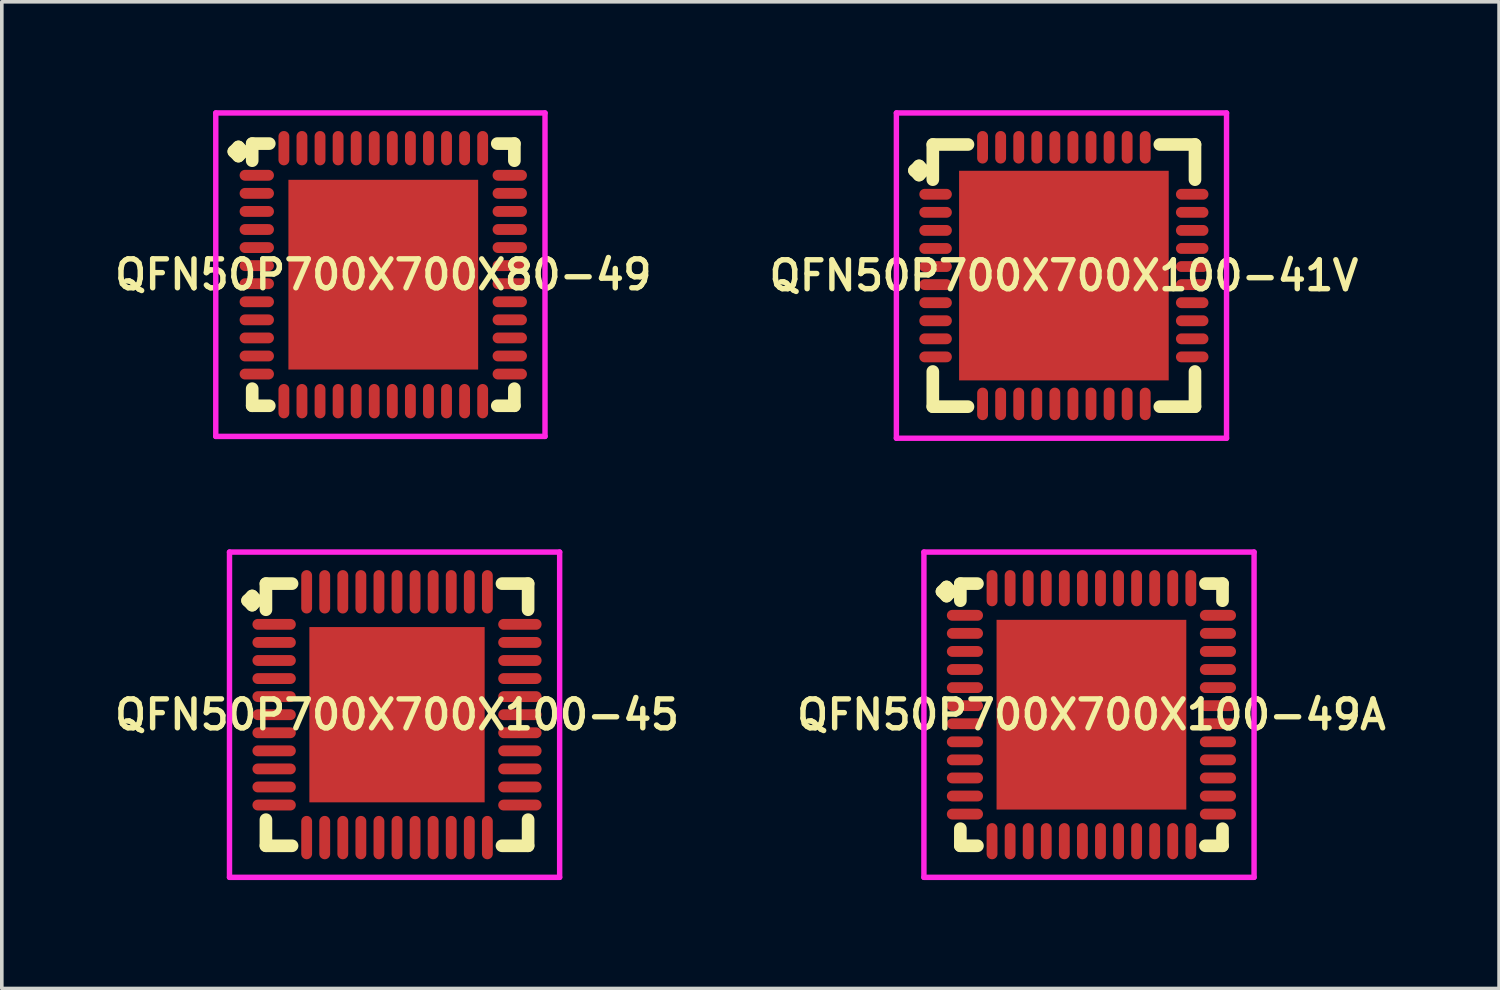
<source format=kicad_pcb>
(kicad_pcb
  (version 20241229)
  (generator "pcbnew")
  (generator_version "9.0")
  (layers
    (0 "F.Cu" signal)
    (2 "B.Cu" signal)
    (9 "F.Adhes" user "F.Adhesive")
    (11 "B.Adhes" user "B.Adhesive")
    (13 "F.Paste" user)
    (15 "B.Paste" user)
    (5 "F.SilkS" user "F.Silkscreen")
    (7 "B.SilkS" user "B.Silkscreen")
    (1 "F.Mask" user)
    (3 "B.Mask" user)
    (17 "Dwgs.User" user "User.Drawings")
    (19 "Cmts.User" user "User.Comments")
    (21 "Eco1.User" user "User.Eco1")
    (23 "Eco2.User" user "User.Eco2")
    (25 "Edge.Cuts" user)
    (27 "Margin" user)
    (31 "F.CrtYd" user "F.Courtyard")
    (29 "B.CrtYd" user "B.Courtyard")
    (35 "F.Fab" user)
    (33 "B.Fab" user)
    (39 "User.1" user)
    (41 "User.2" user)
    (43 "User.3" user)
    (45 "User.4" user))
  (footprint "QFN50P700X700X100-41V"
    (layer "F.Cu")
    (at 26.387 4.575)
    (property "Reference" "QFN50P700X700X100-41V" (at 0 0 0) (layer "F.SilkS") (effects (font (size 0.8 0.8) (thickness 0.15))))
    (attr smd)
    (fp_line (start -4.135 -2.908) (end -4.008 -3.035) (stroke (width 0.35) (type solid)) (layer "F.SilkS"))
    (fp_line (start -4.008 -3.035) (end -3.881 -2.908) (stroke (width 0.35) (type solid)) (layer "F.SilkS"))
    (fp_line (start -4.008 -2.781) (end -4.135 -2.908) (stroke (width 0.35) (type solid)) (layer "F.SilkS"))
    (fp_line (start -3.881 -2.908) (end -4.008 -2.781) (stroke (width 0.35) (type solid)) (layer "F.SilkS"))
    (fp_line (start -3.627 -3.627) (end -2.654 -3.627) (stroke (width 0.35) (type solid)) (layer "F.SilkS"))
    (fp_line (start -3.627 -2.654) (end -3.627 -3.627) (stroke (width 0.35) (type solid)) (layer "F.SilkS"))
    (fp_line (start -3.627 2.654) (end -3.627 3.627) (stroke (width 0.35) (type solid)) (layer "F.SilkS"))
    (fp_line (start -3.627 3.627) (end -2.654 3.627) (stroke (width 0.35) (type solid)) (layer "F.SilkS"))
    (fp_line (start 2.654 -3.627) (end 3.627 -3.627) (stroke (width 0.35) (type solid)) (layer "F.SilkS"))
    (fp_line (start 2.654 3.627) (end 3.627 3.627) (stroke (width 0.35) (type solid)) (layer "F.SilkS"))
    (fp_line (start 3.627 -3.627) (end 3.627 -2.654) (stroke (width 0.35) (type solid)) (layer "F.SilkS"))
    (fp_line (start 3.627 3.627) (end 3.627 2.654) (stroke (width 0.35) (type solid)) (layer "F.SilkS"))
    (fp_line (start -4.635 -4.5) (end 4.5 -4.5) (stroke (width 0.15) (type solid)) (layer "F.CrtYd"))
    (fp_line (start -4.635 4.5) (end -4.635 -4.5) (stroke (width 0.15) (type solid)) (layer "F.CrtYd"))
    (fp_line (start 4.5 -4.5) (end 4.5 4.5) (stroke (width 0.15) (type solid)) (layer "F.CrtYd"))
    (fp_line (start 4.5 4.5) (end -4.635 4.5) (stroke (width 0.15) (type solid)) (layer "F.CrtYd"))
    (pad "1" smd oval (at -3.55 -2.25) (size 0.9 0.3) (layers "F.Cu" "F.Mask" "F.Paste"))
    (pad "2" smd oval (at -3.55 -1.75) (size 0.9 0.3) (layers "F.Cu" "F.Mask" "F.Paste"))
    (pad "3" smd oval (at -3.55 -1.25) (size 0.9 0.3) (layers "F.Cu" "F.Mask" "F.Paste"))
    (pad "4" smd oval (at -3.55 -0.75) (size 0.9 0.3) (layers "F.Cu" "F.Mask" "F.Paste"))
    (pad "5" smd oval (at -3.55 -0.25) (size 0.9 0.3) (layers "F.Cu" "F.Mask" "F.Paste"))
    (pad "6" smd oval (at -3.55 0.25) (size 0.9 0.3) (layers "F.Cu" "F.Mask" "F.Paste"))
    (pad "7" smd oval (at -3.55 0.75) (size 0.9 0.3) (layers "F.Cu" "F.Mask" "F.Paste"))
    (pad "8" smd oval (at -3.55 1.25) (size 0.9 0.3) (layers "F.Cu" "F.Mask" "F.Paste"))
    (pad "9" smd oval (at -3.55 1.75) (size 0.9 0.3) (layers "F.Cu" "F.Mask" "F.Paste"))
    (pad "10" smd oval (at -3.55 2.25) (size 0.9 0.3) (layers "F.Cu" "F.Mask" "F.Paste"))
    (pad "11" smd oval (at -2.25 3.55) (size 0.3 0.9) (layers "F.Cu" "F.Mask" "F.Paste"))
    (pad "12" smd oval (at -1.75 3.55) (size 0.3 0.9) (layers "F.Cu" "F.Mask" "F.Paste"))
    (pad "13" smd oval (at -1.25 3.55) (size 0.3 0.9) (layers "F.Cu" "F.Mask" "F.Paste"))
    (pad "14" smd oval (at -0.75 3.55) (size 0.3 0.9) (layers "F.Cu" "F.Mask" "F.Paste"))
    (pad "15" smd oval (at -0.25 3.55) (size 0.3 0.9) (layers "F.Cu" "F.Mask" "F.Paste"))
    (pad "16" smd oval (at 0.25 3.55) (size 0.3 0.9) (layers "F.Cu" "F.Mask" "F.Paste"))
    (pad "17" smd oval (at 0.75 3.55) (size 0.3 0.9) (layers "F.Cu" "F.Mask" "F.Paste"))
    (pad "18" smd oval (at 1.25 3.55) (size 0.3 0.9) (layers "F.Cu" "F.Mask" "F.Paste"))
    (pad "19" smd oval (at 1.75 3.55) (size 0.3 0.9) (layers "F.Cu" "F.Mask" "F.Paste"))
    (pad "20" smd oval (at 2.25 3.55) (size 0.3 0.9) (layers "F.Cu" "F.Mask" "F.Paste"))
    (pad "21" smd oval (at 3.55 2.25) (size 0.9 0.3) (layers "F.Cu" "F.Mask" "F.Paste"))
    (pad "22" smd oval (at 3.55 1.75) (size 0.9 0.3) (layers "F.Cu" "F.Mask" "F.Paste"))
    (pad "23" smd oval (at 3.55 1.25) (size 0.9 0.3) (layers "F.Cu" "F.Mask" "F.Paste"))
    (pad "24" smd oval (at 3.55 0.75) (size 0.9 0.3) (layers "F.Cu" "F.Mask" "F.Paste"))
    (pad "25" smd oval (at 3.55 0.25) (size 0.9 0.3) (layers "F.Cu" "F.Mask" "F.Paste"))
    (pad "26" smd oval (at 3.55 -0.25) (size 0.9 0.3) (layers "F.Cu" "F.Mask" "F.Paste"))
    (pad "27" smd oval (at 3.55 -0.75) (size 0.9 0.3) (layers "F.Cu" "F.Mask" "F.Paste"))
    (pad "28" smd oval (at 3.55 -1.25) (size 0.9 0.3) (layers "F.Cu" "F.Mask" "F.Paste"))
    (pad "29" smd oval (at 3.55 -1.75) (size 0.9 0.3) (layers "F.Cu" "F.Mask" "F.Paste"))
    (pad "30" smd oval (at 3.55 -2.25) (size 0.9 0.3) (layers "F.Cu" "F.Mask" "F.Paste"))
    (pad "31" smd oval (at 2.25 -3.55) (size 0.3 0.9) (layers "F.Cu" "F.Mask" "F.Paste"))
    (pad "32" smd oval (at 1.75 -3.55) (size 0.3 0.9) (layers "F.Cu" "F.Mask" "F.Paste"))
    (pad "33" smd oval (at 1.25 -3.55) (size 0.3 0.9) (layers "F.Cu" "F.Mask" "F.Paste"))
    (pad "34" smd oval (at 0.75 -3.55) (size 0.3 0.9) (layers "F.Cu" "F.Mask" "F.Paste"))
    (pad "35" smd oval (at 0.25 -3.55) (size 0.3 0.9) (layers "F.Cu" "F.Mask" "F.Paste"))
    (pad "36" smd oval (at -0.25 -3.55) (size 0.3 0.9) (layers "F.Cu" "F.Mask" "F.Paste"))
    (pad "37" smd oval (at -0.75 -3.55) (size 0.3 0.9) (layers "F.Cu" "F.Mask" "F.Paste"))
    (pad "38" smd oval (at -1.25 -3.55) (size 0.3 0.9) (layers "F.Cu" "F.Mask" "F.Paste"))
    (pad "39" smd oval (at -1.75 -3.55) (size 0.3 0.9) (layers "F.Cu" "F.Mask" "F.Paste"))
    (pad "40" smd oval (at -2.25 -3.55) (size 0.3 0.9) (layers "F.Cu" "F.Mask" "F.Paste"))
    (pad "41" smd rect (at 0 0) (size 5.8 5.8) (layers "F.Cu" "F.Mask" "F.Paste")))
  (footprint "QFN50P700X700X100-49A"
    (layer "F.Cu")
    (at 27.149 16.725)
    (property "Reference" "QFN50P700X700X100-49A" (at 0 0 0) (layer "F.SilkS") (effects (font (size 0.8 0.8) (thickness 0.15))))
    (attr smd)
    (fp_line (start -4.135 -3.408) (end -4.008 -3.535) (stroke (width 0.35) (type solid)) (layer "F.SilkS"))
    (fp_line (start -4.008 -3.535) (end -3.881 -3.408) (stroke (width 0.35) (type solid)) (layer "F.SilkS"))
    (fp_line (start -4.008 -3.281) (end -4.135 -3.408) (stroke (width 0.35) (type solid)) (layer "F.SilkS"))
    (fp_line (start -3.881 -3.408) (end -4.008 -3.281) (stroke (width 0.35) (type solid)) (layer "F.SilkS"))
    (fp_line (start -3.627 -3.627) (end -3.154 -3.627) (stroke (width 0.35) (type solid)) (layer "F.SilkS"))
    (fp_line (start -3.627 -3.154) (end -3.627 -3.627) (stroke (width 0.35) (type solid)) (layer "F.SilkS"))
    (fp_line (start -3.627 3.154) (end -3.627 3.627) (stroke (width 0.35) (type solid)) (layer "F.SilkS"))
    (fp_line (start -3.627 3.627) (end -3.154 3.627) (stroke (width 0.35) (type solid)) (layer "F.SilkS"))
    (fp_line (start 3.154 -3.627) (end 3.627 -3.627) (stroke (width 0.35) (type solid)) (layer "F.SilkS"))
    (fp_line (start 3.154 3.627) (end 3.627 3.627) (stroke (width 0.35) (type solid)) (layer "F.SilkS"))
    (fp_line (start 3.627 -3.627) (end 3.627 -3.154) (stroke (width 0.35) (type solid)) (layer "F.SilkS"))
    (fp_line (start 3.627 3.627) (end 3.627 3.154) (stroke (width 0.35) (type solid)) (layer "F.SilkS"))
    (fp_line (start -4.635 -4.5) (end 4.5 -4.5) (stroke (width 0.15) (type solid)) (layer "F.CrtYd"))
    (fp_line (start -4.635 4.5) (end -4.635 -4.5) (stroke (width 0.15) (type solid)) (layer "F.CrtYd"))
    (fp_line (start 4.5 -4.5) (end 4.5 4.5) (stroke (width 0.15) (type solid)) (layer "F.CrtYd"))
    (fp_line (start 4.5 4.5) (end -4.635 4.5) (stroke (width 0.15) (type solid)) (layer "F.CrtYd"))
    (pad "1" smd oval (at -3.5 -2.75) (size 1 0.3) (layers "F.Cu" "F.Mask" "F.Paste"))
    (pad "2" smd oval (at -3.5 -2.25) (size 1 0.3) (layers "F.Cu" "F.Mask" "F.Paste"))
    (pad "3" smd oval (at -3.5 -1.75) (size 1 0.3) (layers "F.Cu" "F.Mask" "F.Paste"))
    (pad "4" smd oval (at -3.5 -1.25) (size 1 0.3) (layers "F.Cu" "F.Mask" "F.Paste"))
    (pad "5" smd oval (at -3.5 -0.75) (size 1 0.3) (layers "F.Cu" "F.Mask" "F.Paste"))
    (pad "6" smd oval (at -3.5 -0.25) (size 1 0.3) (layers "F.Cu" "F.Mask" "F.Paste"))
    (pad "7" smd oval (at -3.5 0.25) (size 1 0.3) (layers "F.Cu" "F.Mask" "F.Paste"))
    (pad "8" smd oval (at -3.5 0.75) (size 1 0.3) (layers "F.Cu" "F.Mask" "F.Paste"))
    (pad "9" smd oval (at -3.5 1.25) (size 1 0.3) (layers "F.Cu" "F.Mask" "F.Paste"))
    (pad "10" smd oval (at -3.5 1.75) (size 1 0.3) (layers "F.Cu" "F.Mask" "F.Paste"))
    (pad "11" smd oval (at -3.5 2.25) (size 1 0.3) (layers "F.Cu" "F.Mask" "F.Paste"))
    (pad "12" smd oval (at -3.5 2.75) (size 1 0.3) (layers "F.Cu" "F.Mask" "F.Paste"))
    (pad "13" smd oval (at -2.75 3.5) (size 0.3 1) (layers "F.Cu" "F.Mask" "F.Paste"))
    (pad "14" smd oval (at -2.25 3.5) (size 0.3 1) (layers "F.Cu" "F.Mask" "F.Paste"))
    (pad "15" smd oval (at -1.75 3.5) (size 0.3 1) (layers "F.Cu" "F.Mask" "F.Paste"))
    (pad "16" smd oval (at -1.25 3.5) (size 0.3 1) (layers "F.Cu" "F.Mask" "F.Paste"))
    (pad "17" smd oval (at -0.75 3.5) (size 0.3 1) (layers "F.Cu" "F.Mask" "F.Paste"))
    (pad "18" smd oval (at -0.25 3.5) (size 0.3 1) (layers "F.Cu" "F.Mask" "F.Paste"))
    (pad "19" smd oval (at 0.25 3.5) (size 0.3 1) (layers "F.Cu" "F.Mask" "F.Paste"))
    (pad "20" smd oval (at 0.75 3.5) (size 0.3 1) (layers "F.Cu" "F.Mask" "F.Paste"))
    (pad "21" smd oval (at 1.25 3.5) (size 0.3 1) (layers "F.Cu" "F.Mask" "F.Paste"))
    (pad "22" smd oval (at 1.75 3.5) (size 0.3 1) (layers "F.Cu" "F.Mask" "F.Paste"))
    (pad "23" smd oval (at 2.25 3.5) (size 0.3 1) (layers "F.Cu" "F.Mask" "F.Paste"))
    (pad "24" smd oval (at 2.75 3.5) (size 0.3 1) (layers "F.Cu" "F.Mask" "F.Paste"))
    (pad "25" smd oval (at 3.5 2.75) (size 1 0.3) (layers "F.Cu" "F.Mask" "F.Paste"))
    (pad "26" smd oval (at 3.5 2.25) (size 1 0.3) (layers "F.Cu" "F.Mask" "F.Paste"))
    (pad "27" smd oval (at 3.5 1.75) (size 1 0.3) (layers "F.Cu" "F.Mask" "F.Paste"))
    (pad "28" smd oval (at 3.5 1.25) (size 1 0.3) (layers "F.Cu" "F.Mask" "F.Paste"))
    (pad "29" smd oval (at 3.5 0.75) (size 1 0.3) (layers "F.Cu" "F.Mask" "F.Paste"))
    (pad "30" smd oval (at 3.5 0.25) (size 1 0.3) (layers "F.Cu" "F.Mask" "F.Paste"))
    (pad "31" smd oval (at 3.5 -0.25) (size 1 0.3) (layers "F.Cu" "F.Mask" "F.Paste"))
    (pad "32" smd oval (at 3.5 -0.75) (size 1 0.3) (layers "F.Cu" "F.Mask" "F.Paste"))
    (pad "33" smd oval (at 3.5 -1.25) (size 1 0.3) (layers "F.Cu" "F.Mask" "F.Paste"))
    (pad "34" smd oval (at 3.5 -1.75) (size 1 0.3) (layers "F.Cu" "F.Mask" "F.Paste"))
    (pad "35" smd oval (at 3.5 -2.25) (size 1 0.3) (layers "F.Cu" "F.Mask" "F.Paste"))
    (pad "36" smd oval (at 3.5 -2.75) (size 1 0.3) (layers "F.Cu" "F.Mask" "F.Paste"))
    (pad "37" smd oval (at 2.75 -3.5) (size 0.3 1) (layers "F.Cu" "F.Mask" "F.Paste"))
    (pad "38" smd oval (at 2.25 -3.5) (size 0.3 1) (layers "F.Cu" "F.Mask" "F.Paste"))
    (pad "39" smd oval (at 1.75 -3.5) (size 0.3 1) (layers "F.Cu" "F.Mask" "F.Paste"))
    (pad "40" smd oval (at 1.25 -3.5) (size 0.3 1) (layers "F.Cu" "F.Mask" "F.Paste"))
    (pad "41" smd oval (at 0.75 -3.5) (size 0.3 1) (layers "F.Cu" "F.Mask" "F.Paste"))
    (pad "42" smd oval (at 0.25 -3.5) (size 0.3 1) (layers "F.Cu" "F.Mask" "F.Paste"))
    (pad "43" smd oval (at -0.25 -3.5) (size 0.3 1) (layers "F.Cu" "F.Mask" "F.Paste"))
    (pad "44" smd oval (at -0.75 -3.5) (size 0.3 1) (layers "F.Cu" "F.Mask" "F.Paste"))
    (pad "45" smd oval (at -1.25 -3.5) (size 0.3 1) (layers "F.Cu" "F.Mask" "F.Paste"))
    (pad "46" smd oval (at -1.75 -3.5) (size 0.3 1) (layers "F.Cu" "F.Mask" "F.Paste"))
    (pad "47" smd oval (at -2.25 -3.5) (size 0.3 1) (layers "F.Cu" "F.Mask" "F.Paste"))
    (pad "48" smd oval (at -2.75 -3.5) (size 0.3 1) (layers "F.Cu" "F.Mask" "F.Paste"))
    (pad "49" smd rect (at 0 0) (size 5.25 5.25) (layers "F.Cu" "F.Mask" "F.Paste")))
  (footprint "QFN50P700X700X80-49"
    (layer "F.Cu")
    (at 7.555 4.55)
    (property "Reference" "QFN50P700X700X80-49" (at 0 0 0) (layer "F.SilkS") (effects (font (size 0.8 0.8) (thickness 0.15))))
    (attr smd)
    (fp_line (start -4.135 -3.408) (end -4.008 -3.535) (stroke (width 0.35) (type solid)) (layer "F.SilkS"))
    (fp_line (start -4.008 -3.535) (end -3.881 -3.408) (stroke (width 0.35) (type solid)) (layer "F.SilkS"))
    (fp_line (start -4.008 -3.281) (end -4.135 -3.408) (stroke (width 0.35) (type solid)) (layer "F.SilkS"))
    (fp_line (start -3.881 -3.408) (end -4.008 -3.281) (stroke (width 0.35) (type solid)) (layer "F.SilkS"))
    (fp_line (start -3.627 -3.627) (end -3.154 -3.627) (stroke (width 0.35) (type solid)) (layer "F.SilkS"))
    (fp_line (start -3.627 -3.154) (end -3.627 -3.627) (stroke (width 0.35) (type solid)) (layer "F.SilkS"))
    (fp_line (start -3.627 3.154) (end -3.627 3.627) (stroke (width 0.35) (type solid)) (layer "F.SilkS"))
    (fp_line (start -3.627 3.627) (end -3.154 3.627) (stroke (width 0.35) (type solid)) (layer "F.SilkS"))
    (fp_line (start 3.154 -3.627) (end 3.627 -3.627) (stroke (width 0.35) (type solid)) (layer "F.SilkS"))
    (fp_line (start 3.154 3.627) (end 3.627 3.627) (stroke (width 0.35) (type solid)) (layer "F.SilkS"))
    (fp_line (start 3.627 -3.627) (end 3.627 -3.154) (stroke (width 0.35) (type solid)) (layer "F.SilkS"))
    (fp_line (start 3.627 3.627) (end 3.627 3.154) (stroke (width 0.35) (type solid)) (layer "F.SilkS"))
    (fp_line (start -4.635 -4.475) (end 4.475 -4.475) (stroke (width 0.15) (type solid)) (layer "F.CrtYd"))
    (fp_line (start -4.635 4.475) (end -4.635 -4.475) (stroke (width 0.15) (type solid)) (layer "F.CrtYd"))
    (fp_line (start 4.475 -4.475) (end 4.475 4.475) (stroke (width 0.15) (type solid)) (layer "F.CrtYd"))
    (fp_line (start 4.475 4.475) (end -4.635 4.475) (stroke (width 0.15) (type solid)) (layer "F.CrtYd"))
    (pad "1" smd oval (at -3.5 -2.75) (size 0.95 0.3) (layers "F.Cu" "F.Mask" "F.Paste"))
    (pad "2" smd oval (at -3.5 -2.25) (size 0.95 0.3) (layers "F.Cu" "F.Mask" "F.Paste"))
    (pad "3" smd oval (at -3.5 -1.75) (size 0.95 0.3) (layers "F.Cu" "F.Mask" "F.Paste"))
    (pad "4" smd oval (at -3.5 -1.25) (size 0.95 0.3) (layers "F.Cu" "F.Mask" "F.Paste"))
    (pad "5" smd oval (at -3.5 -0.75) (size 0.95 0.3) (layers "F.Cu" "F.Mask" "F.Paste"))
    (pad "6" smd oval (at -3.5 -0.25) (size 0.95 0.3) (layers "F.Cu" "F.Mask" "F.Paste"))
    (pad "7" smd oval (at -3.5 0.25) (size 0.95 0.3) (layers "F.Cu" "F.Mask" "F.Paste"))
    (pad "8" smd oval (at -3.5 0.75) (size 0.95 0.3) (layers "F.Cu" "F.Mask" "F.Paste"))
    (pad "9" smd oval (at -3.5 1.25) (size 0.95 0.3) (layers "F.Cu" "F.Mask" "F.Paste"))
    (pad "10" smd oval (at -3.5 1.75) (size 0.95 0.3) (layers "F.Cu" "F.Mask" "F.Paste"))
    (pad "11" smd oval (at -3.5 2.25) (size 0.95 0.3) (layers "F.Cu" "F.Mask" "F.Paste"))
    (pad "12" smd oval (at -3.5 2.75) (size 0.95 0.3) (layers "F.Cu" "F.Mask" "F.Paste"))
    (pad "13" smd oval (at -2.75 3.5) (size 0.3 0.95) (layers "F.Cu" "F.Mask" "F.Paste"))
    (pad "14" smd oval (at -2.25 3.5) (size 0.3 0.95) (layers "F.Cu" "F.Mask" "F.Paste"))
    (pad "15" smd oval (at -1.75 3.5) (size 0.3 0.95) (layers "F.Cu" "F.Mask" "F.Paste"))
    (pad "16" smd oval (at -1.25 3.5) (size 0.3 0.95) (layers "F.Cu" "F.Mask" "F.Paste"))
    (pad "17" smd oval (at -0.75 3.5) (size 0.3 0.95) (layers "F.Cu" "F.Mask" "F.Paste"))
    (pad "18" smd oval (at -0.25 3.5) (size 0.3 0.95) (layers "F.Cu" "F.Mask" "F.Paste"))
    (pad "19" smd oval (at 0.25 3.5) (size 0.3 0.95) (layers "F.Cu" "F.Mask" "F.Paste"))
    (pad "20" smd oval (at 0.75 3.5) (size 0.3 0.95) (layers "F.Cu" "F.Mask" "F.Paste"))
    (pad "21" smd oval (at 1.25 3.5) (size 0.3 0.95) (layers "F.Cu" "F.Mask" "F.Paste"))
    (pad "22" smd oval (at 1.75 3.5) (size 0.3 0.95) (layers "F.Cu" "F.Mask" "F.Paste"))
    (pad "23" smd oval (at 2.25 3.5) (size 0.3 0.95) (layers "F.Cu" "F.Mask" "F.Paste"))
    (pad "24" smd oval (at 2.75 3.5) (size 0.3 0.95) (layers "F.Cu" "F.Mask" "F.Paste"))
    (pad "25" smd oval (at 3.5 2.75) (size 0.95 0.3) (layers "F.Cu" "F.Mask" "F.Paste"))
    (pad "26" smd oval (at 3.5 2.25) (size 0.95 0.3) (layers "F.Cu" "F.Mask" "F.Paste"))
    (pad "27" smd oval (at 3.5 1.75) (size 0.95 0.3) (layers "F.Cu" "F.Mask" "F.Paste"))
    (pad "28" smd oval (at 3.5 1.25) (size 0.95 0.3) (layers "F.Cu" "F.Mask" "F.Paste"))
    (pad "29" smd oval (at 3.5 0.75) (size 0.95 0.3) (layers "F.Cu" "F.Mask" "F.Paste"))
    (pad "30" smd oval (at 3.5 0.25) (size 0.95 0.3) (layers "F.Cu" "F.Mask" "F.Paste"))
    (pad "31" smd oval (at 3.5 -0.25) (size 0.95 0.3) (layers "F.Cu" "F.Mask" "F.Paste"))
    (pad "32" smd oval (at 3.5 -0.75) (size 0.95 0.3) (layers "F.Cu" "F.Mask" "F.Paste"))
    (pad "33" smd oval (at 3.5 -1.25) (size 0.95 0.3) (layers "F.Cu" "F.Mask" "F.Paste"))
    (pad "34" smd oval (at 3.5 -1.75) (size 0.95 0.3) (layers "F.Cu" "F.Mask" "F.Paste"))
    (pad "35" smd oval (at 3.5 -2.25) (size 0.95 0.3) (layers "F.Cu" "F.Mask" "F.Paste"))
    (pad "36" smd oval (at 3.5 -2.75) (size 0.95 0.3) (layers "F.Cu" "F.Mask" "F.Paste"))
    (pad "37" smd oval (at 2.75 -3.5) (size 0.3 0.95) (layers "F.Cu" "F.Mask" "F.Paste"))
    (pad "38" smd oval (at 2.25 -3.5) (size 0.3 0.95) (layers "F.Cu" "F.Mask" "F.Paste"))
    (pad "39" smd oval (at 1.75 -3.5) (size 0.3 0.95) (layers "F.Cu" "F.Mask" "F.Paste"))
    (pad "40" smd oval (at 1.25 -3.5) (size 0.3 0.95) (layers "F.Cu" "F.Mask" "F.Paste"))
    (pad "41" smd oval (at 0.75 -3.5) (size 0.3 0.95) (layers "F.Cu" "F.Mask" "F.Paste"))
    (pad "42" smd oval (at 0.25 -3.5) (size 0.3 0.95) (layers "F.Cu" "F.Mask" "F.Paste"))
    (pad "43" smd oval (at -0.25 -3.5) (size 0.3 0.95) (layers "F.Cu" "F.Mask" "F.Paste"))
    (pad "44" smd oval (at -0.75 -3.5) (size 0.3 0.95) (layers "F.Cu" "F.Mask" "F.Paste"))
    (pad "45" smd oval (at -1.25 -3.5) (size 0.3 0.95) (layers "F.Cu" "F.Mask" "F.Paste"))
    (pad "46" smd oval (at -1.75 -3.5) (size 0.3 0.95) (layers "F.Cu" "F.Mask" "F.Paste"))
    (pad "47" smd oval (at -2.25 -3.5) (size 0.3 0.95) (layers "F.Cu" "F.Mask" "F.Paste"))
    (pad "48" smd oval (at -2.75 -3.5) (size 0.3 0.95) (layers "F.Cu" "F.Mask" "F.Paste"))
    (pad "49" smd rect (at 0 0) (size 5.25 5.25) (layers "F.Cu" "F.Mask" "F.Paste")))
  (footprint "QFN50P700X700X100-45"
    (layer "F.Cu")
    (at 7.935 16.725)
    (property "Reference" "QFN50P700X700X100-45" (at 0 0 0) (layer "F.SilkS") (effects (font (size 0.8 0.8) (thickness 0.15))))
    (attr smd)
    (fp_line (start -4.135 -3.158) (end -4.008 -3.285) (stroke (width 0.35) (type solid)) (layer "F.SilkS"))
    (fp_line (start -4.008 -3.285) (end -3.881 -3.158) (stroke (width 0.35) (type solid)) (layer "F.SilkS"))
    (fp_line (start -4.008 -3.031) (end -4.135 -3.158) (stroke (width 0.35) (type solid)) (layer "F.SilkS"))
    (fp_line (start -3.881 -3.158) (end -4.008 -3.031) (stroke (width 0.35) (type solid)) (layer "F.SilkS"))
    (fp_line (start -3.627 -3.627) (end -2.904 -3.627) (stroke (width 0.35) (type solid)) (layer "F.SilkS"))
    (fp_line (start -3.627 -2.904) (end -3.627 -3.627) (stroke (width 0.35) (type solid)) (layer "F.SilkS"))
    (fp_line (start -3.627 2.904) (end -3.627 3.627) (stroke (width 0.35) (type solid)) (layer "F.SilkS"))
    (fp_line (start -3.627 3.627) (end -2.904 3.627) (stroke (width 0.35) (type solid)) (layer "F.SilkS"))
    (fp_line (start 2.904 -3.627) (end 3.627 -3.627) (stroke (width 0.35) (type solid)) (layer "F.SilkS"))
    (fp_line (start 2.904 3.627) (end 3.627 3.627) (stroke (width 0.35) (type solid)) (layer "F.SilkS"))
    (fp_line (start 3.627 -3.627) (end 3.627 -2.904) (stroke (width 0.35) (type solid)) (layer "F.SilkS"))
    (fp_line (start 3.627 3.627) (end 3.627 2.904) (stroke (width 0.35) (type solid)) (layer "F.SilkS"))
    (fp_line (start -4.635 -4.5) (end 4.5 -4.5) (stroke (width 0.15) (type solid)) (layer "F.CrtYd"))
    (fp_line (start -4.635 4.5) (end -4.635 -4.5) (stroke (width 0.15) (type solid)) (layer "F.CrtYd"))
    (fp_line (start 4.5 -4.5) (end 4.5 4.5) (stroke (width 0.15) (type solid)) (layer "F.CrtYd"))
    (fp_line (start 4.5 4.5) (end -4.635 4.5) (stroke (width 0.15) (type solid)) (layer "F.CrtYd"))
    (pad "1" smd oval (at -3.4 -2.5) (size 1.2 0.3) (layers "F.Cu" "F.Mask" "F.Paste"))
    (pad "2" smd oval (at -3.4 -2) (size 1.2 0.3) (layers "F.Cu" "F.Mask" "F.Paste"))
    (pad "3" smd oval (at -3.4 -1.5) (size 1.2 0.3) (layers "F.Cu" "F.Mask" "F.Paste"))
    (pad "4" smd oval (at -3.4 -1) (size 1.2 0.3) (layers "F.Cu" "F.Mask" "F.Paste"))
    (pad "5" smd oval (at -3.4 -0.5) (size 1.2 0.3) (layers "F.Cu" "F.Mask" "F.Paste"))
    (pad "6" smd oval (at -3.4 0) (size 1.2 0.3) (layers "F.Cu" "F.Mask" "F.Paste"))
    (pad "7" smd oval (at -3.4 0.5) (size 1.2 0.3) (layers "F.Cu" "F.Mask" "F.Paste"))
    (pad "8" smd oval (at -3.4 1) (size 1.2 0.3) (layers "F.Cu" "F.Mask" "F.Paste"))
    (pad "9" smd oval (at -3.4 1.5) (size 1.2 0.3) (layers "F.Cu" "F.Mask" "F.Paste"))
    (pad "10" smd oval (at -3.4 2) (size 1.2 0.3) (layers "F.Cu" "F.Mask" "F.Paste"))
    (pad "11" smd oval (at -3.4 2.5) (size 1.2 0.3) (layers "F.Cu" "F.Mask" "F.Paste"))
    (pad "12" smd oval (at -2.5 3.4) (size 0.3 1.2) (layers "F.Cu" "F.Mask" "F.Paste"))
    (pad "13" smd oval (at -2 3.4) (size 0.3 1.2) (layers "F.Cu" "F.Mask" "F.Paste"))
    (pad "14" smd oval (at -1.5 3.4) (size 0.3 1.2) (layers "F.Cu" "F.Mask" "F.Paste"))
    (pad "15" smd oval (at -1 3.4) (size 0.3 1.2) (layers "F.Cu" "F.Mask" "F.Paste"))
    (pad "16" smd oval (at -0.5 3.4) (size 0.3 1.2) (layers "F.Cu" "F.Mask" "F.Paste"))
    (pad "17" smd oval (at 0 3.4) (size 0.3 1.2) (layers "F.Cu" "F.Mask" "F.Paste"))
    (pad "18" smd oval (at 0.5 3.4) (size 0.3 1.2) (layers "F.Cu" "F.Mask" "F.Paste"))
    (pad "19" smd oval (at 1 3.4) (size 0.3 1.2) (layers "F.Cu" "F.Mask" "F.Paste"))
    (pad "20" smd oval (at 1.5 3.4) (size 0.3 1.2) (layers "F.Cu" "F.Mask" "F.Paste"))
    (pad "21" smd oval (at 2 3.4) (size 0.3 1.2) (layers "F.Cu" "F.Mask" "F.Paste"))
    (pad "22" smd oval (at 2.5 3.4) (size 0.3 1.2) (layers "F.Cu" "F.Mask" "F.Paste"))
    (pad "23" smd oval (at 3.4 2.5) (size 1.2 0.3) (layers "F.Cu" "F.Mask" "F.Paste"))
    (pad "24" smd oval (at 3.4 2) (size 1.2 0.3) (layers "F.Cu" "F.Mask" "F.Paste"))
    (pad "25" smd oval (at 3.4 1.5) (size 1.2 0.3) (layers "F.Cu" "F.Mask" "F.Paste"))
    (pad "26" smd oval (at 3.4 1) (size 1.2 0.3) (layers "F.Cu" "F.Mask" "F.Paste"))
    (pad "27" smd oval (at 3.4 0.5) (size 1.2 0.3) (layers "F.Cu" "F.Mask" "F.Paste"))
    (pad "28" smd oval (at 3.4 0) (size 1.2 0.3) (layers "F.Cu" "F.Mask" "F.Paste"))
    (pad "29" smd oval (at 3.4 -0.5) (size 1.2 0.3) (layers "F.Cu" "F.Mask" "F.Paste"))
    (pad "30" smd oval (at 3.4 -1) (size 1.2 0.3) (layers "F.Cu" "F.Mask" "F.Paste"))
    (pad "31" smd oval (at 3.4 -1.5) (size 1.2 0.3) (layers "F.Cu" "F.Mask" "F.Paste"))
    (pad "32" smd oval (at 3.4 -2) (size 1.2 0.3) (layers "F.Cu" "F.Mask" "F.Paste"))
    (pad "33" smd oval (at 3.4 -2.5) (size 1.2 0.3) (layers "F.Cu" "F.Mask" "F.Paste"))
    (pad "34" smd oval (at 2.5 -3.4) (size 0.3 1.2) (layers "F.Cu" "F.Mask" "F.Paste"))
    (pad "35" smd oval (at 2 -3.4) (size 0.3 1.2) (layers "F.Cu" "F.Mask" "F.Paste"))
    (pad "36" smd oval (at 1.5 -3.4) (size 0.3 1.2) (layers "F.Cu" "F.Mask" "F.Paste"))
    (pad "37" smd oval (at 1 -3.4) (size 0.3 1.2) (layers "F.Cu" "F.Mask" "F.Paste"))
    (pad "38" smd oval (at 0.5 -3.4) (size 0.3 1.2) (layers "F.Cu" "F.Mask" "F.Paste"))
    (pad "39" smd oval (at 0 -3.4) (size 0.3 1.2) (layers "F.Cu" "F.Mask" "F.Paste"))
    (pad "40" smd oval (at -0.5 -3.4) (size 0.3 1.2) (layers "F.Cu" "F.Mask" "F.Paste"))
    (pad "41" smd oval (at -1 -3.4) (size 0.3 1.2) (layers "F.Cu" "F.Mask" "F.Paste"))
    (pad "42" smd oval (at -1.5 -3.4) (size 0.3 1.2) (layers "F.Cu" "F.Mask" "F.Paste"))
    (pad "43" smd oval (at -2 -3.4) (size 0.3 1.2) (layers "F.Cu" "F.Mask" "F.Paste"))
    (pad "44" smd oval (at -2.5 -3.4) (size 0.3 1.2) (layers "F.Cu" "F.Mask" "F.Paste"))
    (pad "45" smd rect (at 0 0) (size 4.85 4.85) (layers "F.Cu" "F.Mask" "F.Paste")))
  (gr_rect
    (start -3 -3)
    (end 38.428 24.3)
    (stroke (width 0.1) (type default))
    (fill no)
    (layer "Edge.Cuts")))
</source>
